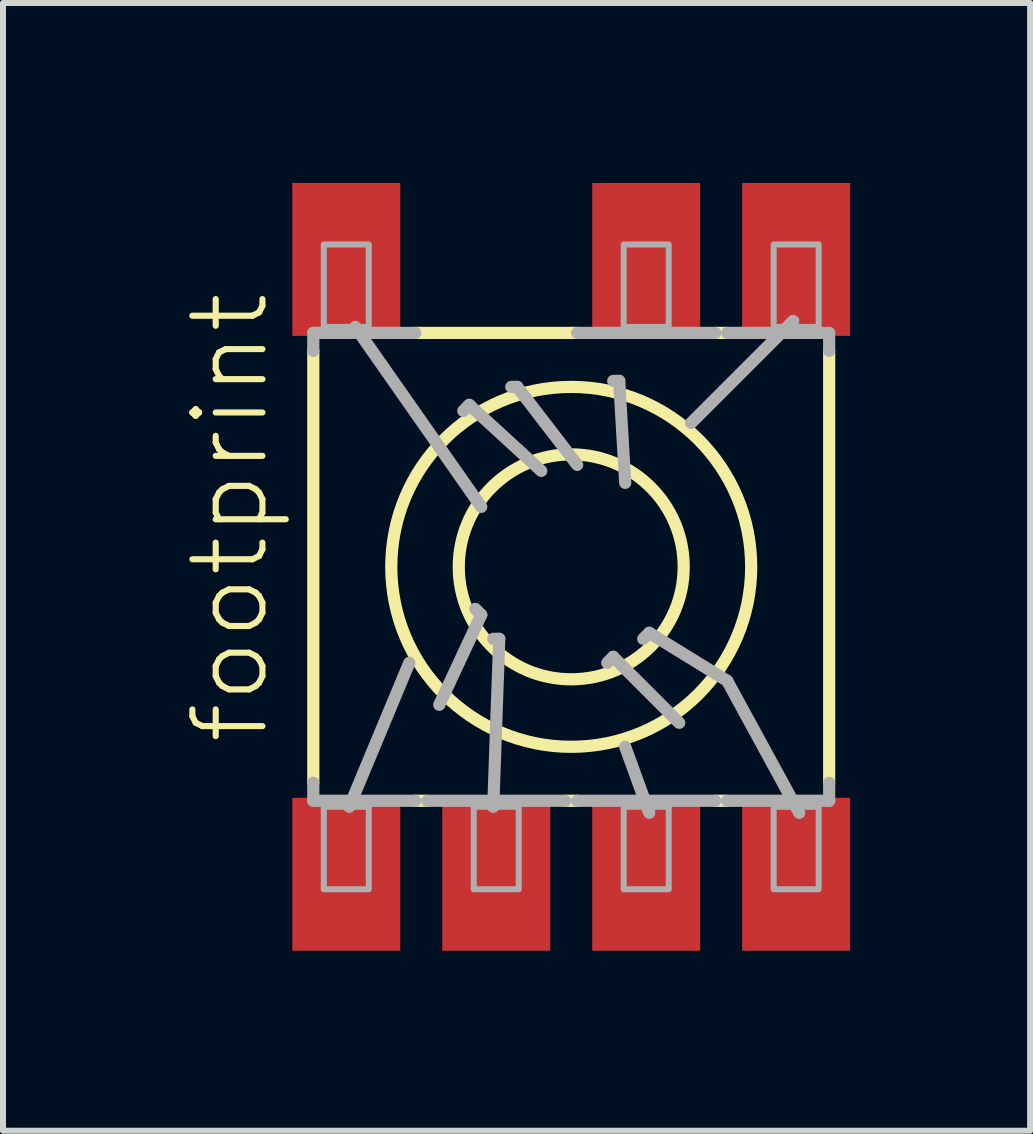
<source format=kicad_pcb>
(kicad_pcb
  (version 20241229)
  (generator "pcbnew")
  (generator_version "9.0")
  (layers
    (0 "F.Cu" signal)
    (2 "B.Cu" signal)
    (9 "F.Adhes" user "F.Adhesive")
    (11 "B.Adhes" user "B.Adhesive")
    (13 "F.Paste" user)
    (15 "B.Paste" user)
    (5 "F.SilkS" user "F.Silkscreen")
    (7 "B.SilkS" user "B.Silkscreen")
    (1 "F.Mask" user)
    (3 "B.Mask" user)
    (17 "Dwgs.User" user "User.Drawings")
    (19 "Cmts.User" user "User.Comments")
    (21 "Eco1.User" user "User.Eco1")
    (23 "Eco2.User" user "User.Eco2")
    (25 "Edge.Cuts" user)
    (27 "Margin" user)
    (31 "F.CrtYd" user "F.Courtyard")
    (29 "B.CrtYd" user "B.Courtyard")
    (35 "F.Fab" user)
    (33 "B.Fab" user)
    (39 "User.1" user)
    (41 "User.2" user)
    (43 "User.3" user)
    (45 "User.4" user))
  (footprint "footprint"
    (layer "F.Cu")
    (at 6.473 6.4)
    (property "Reference" "footprint" (at -5 3 90) (layer "F.SilkS") (effects (font (size 1.168 1.168) (thickness 0.102)) (justify left bottom)))
    (fp_line (start -4.3 -3.6) (end -4.3 3.6) (stroke (width 0.203) (type solid)) (layer "F.SilkS"))
    (fp_line (start -2.4 3.9) (end -2.6 3.9) (stroke (width 0.203) (type solid)) (layer "F.SilkS"))
    (fp_line (start 0.1 -3.9) (end -2.6 -3.9) (stroke (width 0.203) (type solid)) (layer "F.SilkS"))
    (fp_line (start 0.1 3.9) (end -0.1 3.9) (stroke (width 0.203) (type solid)) (layer "F.SilkS"))
    (fp_line (start 2.6 -3.9) (end 2.4 -3.9) (stroke (width 0.203) (type solid)) (layer "F.SilkS"))
    (fp_line (start 2.6 3.9) (end 2.4 3.9) (stroke (width 0.203) (type solid)) (layer "F.SilkS"))
    (fp_line (start 4.3 -3.6) (end 4.3 3.6) (stroke (width 0.203) (type solid)) (layer "F.SilkS"))
    (fp_circle (center 0 0) (end 1.875 0) (stroke (width 0.203) (type solid)) (fill no) (layer "F.SilkS"))
    (fp_circle (center 0 0) (end 3 0) (stroke (width 0.203) (type solid)) (fill no) (layer "F.SilkS"))
    (fp_line (start -4.3 -3.9) (end -4.3 -3.6) (stroke (width 0.203) (type solid)) (layer "F.Fab"))
    (fp_line (start -4.3 3.6) (end -4.3 3.9) (stroke (width 0.203) (type solid)) (layer "F.Fab"))
    (fp_line (start -4.3 3.9) (end -2.6 3.9) (stroke (width 0.203) (type solid)) (layer "F.Fab"))
    (fp_line (start -3.7 4) (end -2.7 1.6) (stroke (width 0.203) (type solid)) (layer "F.Fab"))
    (fp_line (start -3.6 -4) (end -1.5 -1) (stroke (width 0.203) (type solid)) (layer "F.Fab"))
    (fp_line (start -2.6 -3.9) (end -4.3 -3.9) (stroke (width 0.203) (type solid)) (layer "F.Fab"))
    (fp_line (start -2.4 3.9) (end -0.1 3.9) (stroke (width 0.203) (type solid)) (layer "F.Fab"))
    (fp_line (start -1.8 -2.6) (end -1.7 -2.7) (stroke (width 0.203) (type solid)) (layer "F.Fab"))
    (fp_line (start -1.7 -2.7) (end -0.5 -1.6) (stroke (width 0.203) (type solid)) (layer "F.Fab"))
    (fp_line (start -1.6 0.7) (end -1.5 0.8) (stroke (width 0.203) (type solid)) (layer "F.Fab"))
    (fp_line (start -1.5 0.8) (end -2.2 2.3) (stroke (width 0.203) (type solid)) (layer "F.Fab"))
    (fp_line (start -1.3 1.2) (end -1.2 1.2) (stroke (width 0.203) (type solid)) (layer "F.Fab"))
    (fp_line (start -1.2 1.2) (end -1.3 4) (stroke (width 0.203) (type solid)) (layer "F.Fab"))
    (fp_line (start -1 -3) (end -0.9 -3) (stroke (width 0.203) (type solid)) (layer "F.Fab"))
    (fp_line (start -0.9 -3) (end 0.1 -1.7) (stroke (width 0.203) (type solid)) (layer "F.Fab"))
    (fp_line (start 0.1 3.9) (end 2.4 3.9) (stroke (width 0.203) (type solid)) (layer "F.Fab"))
    (fp_line (start 0.6 1.6) (end 0.7 1.5) (stroke (width 0.203) (type solid)) (layer "F.Fab"))
    (fp_line (start 0.7 -3.1) (end 0.8 -3.1) (stroke (width 0.203) (type solid)) (layer "F.Fab"))
    (fp_line (start 0.7 1.5) (end 1.8 2.6) (stroke (width 0.203) (type solid)) (layer "F.Fab"))
    (fp_line (start 0.8 -3.1) (end 0.9 -1.4) (stroke (width 0.203) (type solid)) (layer "F.Fab"))
    (fp_line (start 1.2 1.2) (end 1.3 1.1) (stroke (width 0.203) (type solid)) (layer "F.Fab"))
    (fp_line (start 1.3 1.1) (end 2.6 1.9) (stroke (width 0.203) (type solid)) (layer "F.Fab"))
    (fp_line (start 1.3 4.1) (end 0.9 3) (stroke (width 0.203) (type solid)) (layer "F.Fab"))
    (fp_line (start 2.4 -3.9) (end 0.1 -3.9) (stroke (width 0.203) (type solid)) (layer "F.Fab"))
    (fp_line (start 2.6 1.9) (end 3.8 4.1) (stroke (width 0.203) (type solid)) (layer "F.Fab"))
    (fp_line (start 2.6 3.9) (end 4.3 3.9) (stroke (width 0.203) (type solid)) (layer "F.Fab"))
    (fp_line (start 3.7 -4.1) (end 2 -2.4) (stroke (width 0.203) (type solid)) (layer "F.Fab"))
    (fp_line (start 4.3 -3.9) (end 2.6 -3.9) (stroke (width 0.203) (type solid)) (layer "F.Fab"))
    (fp_line (start 4.3 -3.6) (end 4.3 -3.9) (stroke (width 0.203) (type solid)) (layer "F.Fab"))
    (fp_line (start 4.3 3.9) (end 4.3 3.6) (stroke (width 0.203) (type solid)) (layer "F.Fab"))
    (fp_poly (pts (xy -4.125 -4) (xy -3.375 -4) (xy -3.375 -5.375) (xy -4.125 -5.375)) (stroke (width 0.1) (type solid)) (fill no) (layer "F.Fab"))
    (fp_poly (pts (xy -4.125 5.375) (xy -3.375 5.375) (xy -3.375 4) (xy -4.125 4)) (stroke (width 0.1) (type solid)) (fill no) (layer "F.Fab"))
    (fp_poly (pts (xy -1.625 5.375) (xy -0.875 5.375) (xy -0.875 4) (xy -1.625 4)) (stroke (width 0.1) (type solid)) (fill no) (layer "F.Fab"))
    (fp_poly (pts (xy 0.875 -4) (xy 1.625 -4) (xy 1.625 -5.375) (xy 0.875 -5.375)) (stroke (width 0.1) (type solid)) (fill no) (layer "F.Fab"))
    (fp_poly (pts (xy 0.875 5.375) (xy 1.625 5.375) (xy 1.625 4) (xy 0.875 4)) (stroke (width 0.1) (type solid)) (fill no) (layer "F.Fab"))
    (fp_poly (pts (xy 3.375 -4) (xy 4.125 -4) (xy 4.125 -5.375) (xy 3.375 -5.375)) (stroke (width 0.1) (type solid)) (fill no) (layer "F.Fab"))
    (fp_poly (pts (xy 3.375 5.375) (xy 4.125 5.375) (xy 4.125 4) (xy 3.375 4)) (stroke (width 0.1) (type solid)) (fill no) (layer "F.Fab"))
    (pad "1" smd rect (at -3.75 -5.125) (size 1.8 2.55) (layers "F.Cu" "F.Mask" "F.Paste"))
    (pad "3" smd rect (at 1.25 -5.125) (size 1.8 2.55) (layers "F.Cu" "F.Mask" "F.Paste"))
    (pad "4" smd rect (at 3.75 -5.125) (size 1.8 2.55) (layers "F.Cu" "F.Mask" "F.Paste"))
    (pad "5" smd rect (at 3.75 5.125) (size 1.8 2.55) (layers "F.Cu" "F.Mask" "F.Paste"))
    (pad "6" smd rect (at 1.25 5.125) (size 1.8 2.55) (layers "F.Cu" "F.Mask" "F.Paste"))
    (pad "7" smd rect (at -1.25 5.125) (size 1.8 2.55) (layers "F.Cu" "F.Mask" "F.Paste"))
    (pad "8" smd rect (at -3.75 5.125) (size 1.8 2.55) (layers "F.Cu" "F.Mask" "F.Paste")))
  (gr_rect
    (start -3 -3)
    (end 14.123 15.8)
    (stroke (width 0.1) (type default))
    (fill no)
    (layer "Edge.Cuts")))
</source>
